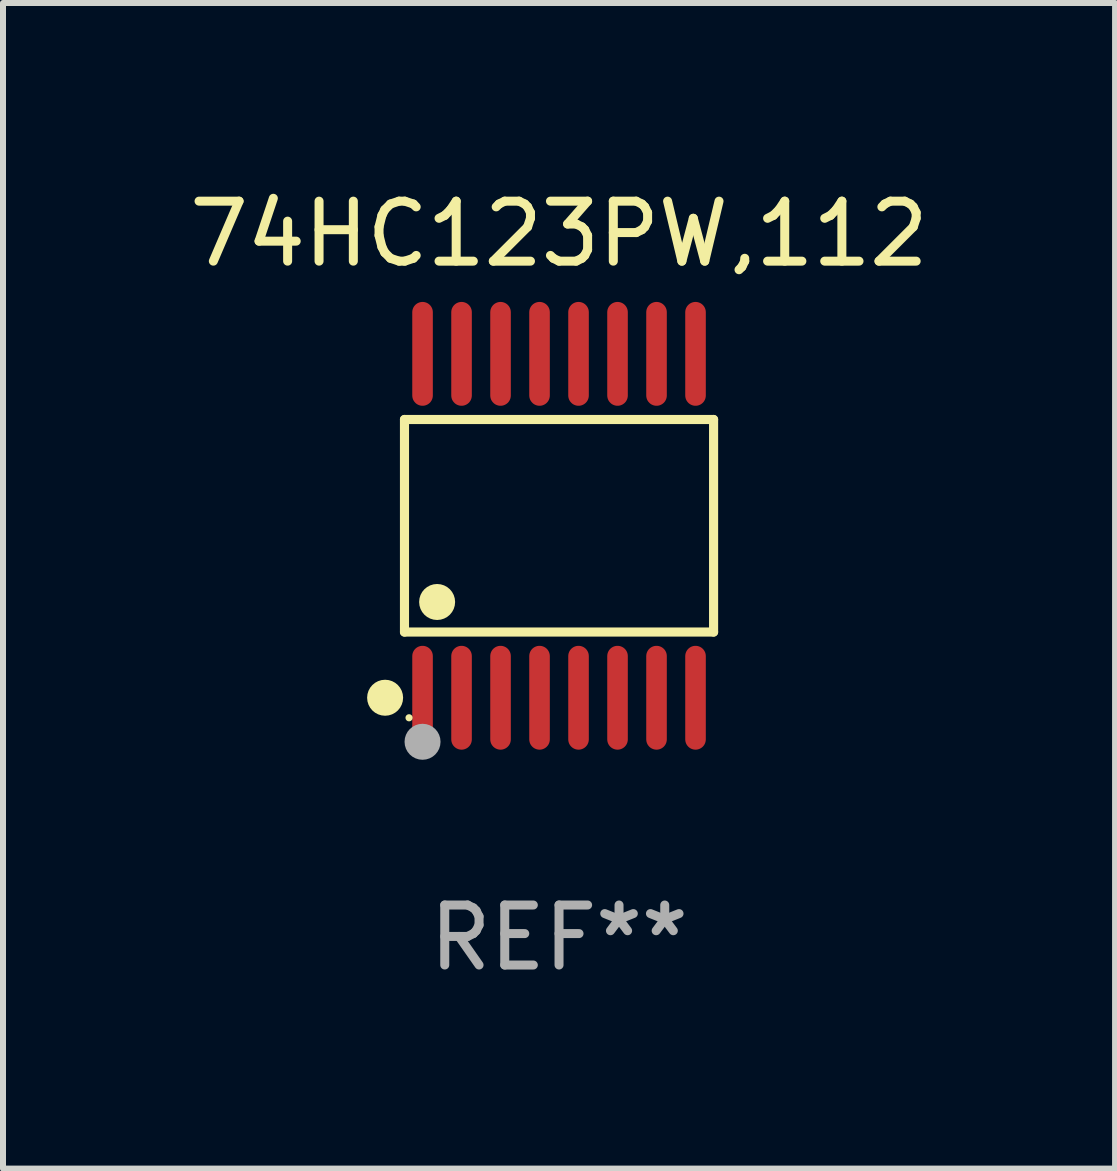
<source format=kicad_pcb>
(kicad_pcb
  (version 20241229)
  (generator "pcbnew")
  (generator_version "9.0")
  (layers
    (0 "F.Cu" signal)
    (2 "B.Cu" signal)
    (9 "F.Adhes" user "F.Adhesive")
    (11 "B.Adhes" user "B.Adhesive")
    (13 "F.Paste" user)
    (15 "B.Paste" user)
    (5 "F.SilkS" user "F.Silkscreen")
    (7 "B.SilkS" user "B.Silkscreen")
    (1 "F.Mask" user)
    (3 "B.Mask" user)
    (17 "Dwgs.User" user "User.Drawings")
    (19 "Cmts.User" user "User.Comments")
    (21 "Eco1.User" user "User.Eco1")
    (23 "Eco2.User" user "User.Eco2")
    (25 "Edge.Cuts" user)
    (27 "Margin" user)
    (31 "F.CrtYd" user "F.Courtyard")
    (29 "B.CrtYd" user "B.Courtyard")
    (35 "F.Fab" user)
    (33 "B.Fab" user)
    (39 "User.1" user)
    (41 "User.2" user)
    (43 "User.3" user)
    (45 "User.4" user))
  (footprint "74HC123PW,112"
    (layer "F.Cu")
    (at 6.268 5.714)
    (property "Reference" "74HC123PW,112" (at 0 -4.866 0) (layer "F.SilkS") (effects (font (size 1 1) (thickness 0.15))))
    (attr through_hole)
    (fp_line (start -2.576 -1.772) (end 2.576 -1.772) (stroke (width 0.152) (type solid)) (layer "F.SilkS"))
    (fp_line (start -2.576 1.771) (end -2.576 -1.772) (stroke (width 0.152) (type solid)) (layer "F.SilkS"))
    (fp_line (start 2.576 -1.772) (end 2.576 1.771) (stroke (width 0.152) (type solid)) (layer "F.SilkS"))
    (fp_line (start 2.576 1.771) (end -2.576 1.771) (stroke (width 0.152) (type solid)) (layer "F.SilkS"))
    (fp_circle (center -2.899 2.866) (end -2.749 2.866) (stroke (width 0.3) (type solid)) (fill no) (layer "F.SilkS"))
    (fp_circle (center -2.5 3.2) (end -2.47 3.2) (stroke (width 0.06) (type solid)) (fill no) (layer "F.SilkS"))
    (fp_circle (center -2.032 1.27) (end -1.882 1.27) (stroke (width 0.3) (type solid)) (fill no) (layer "F.SilkS"))
    (fp_circle (center -2.275 3.6) (end -2.125 3.6) (stroke (width 0.3) (type solid)) (fill no) (layer "F.Fab"))
    (fp_text user "REF**" (at 0 6.866 0) (layer "F.Fab") (effects (font (size 1 1) (thickness 0.15))))
    (pad "1" smd oval (at -2.275 2.866) (size 0.343 1.731) (layers "F.Cu" "F.Mask" "F.Paste"))
    (pad "2" smd oval (at -1.625 2.866) (size 0.343 1.731) (layers "F.Cu" "F.Mask" "F.Paste"))
    (pad "3" smd oval (at -0.975 2.866) (size 0.343 1.731) (layers "F.Cu" "F.Mask" "F.Paste"))
    (pad "4" smd oval (at -0.325 2.866) (size 0.343 1.731) (layers "F.Cu" "F.Mask" "F.Paste"))
    (pad "5" smd oval (at 0.325 2.866) (size 0.343 1.731) (layers "F.Cu" "F.Mask" "F.Paste"))
    (pad "6" smd oval (at 0.975 2.866) (size 0.343 1.731) (layers "F.Cu" "F.Mask" "F.Paste"))
    (pad "7" smd oval (at 1.625 2.866) (size 0.343 1.731) (layers "F.Cu" "F.Mask" "F.Paste"))
    (pad "8" smd oval (at 2.275 2.866) (size 0.343 1.731) (layers "F.Cu" "F.Mask" "F.Paste"))
    (pad "9" smd oval (at 2.275 -2.866) (size 0.343 1.731) (layers "F.Cu" "F.Mask" "F.Paste"))
    (pad "10" smd oval (at 1.625 -2.866) (size 0.343 1.731) (layers "F.Cu" "F.Mask" "F.Paste"))
    (pad "11" smd oval (at 0.975 -2.866) (size 0.343 1.731) (layers "F.Cu" "F.Mask" "F.Paste"))
    (pad "12" smd oval (at 0.325 -2.866) (size 0.343 1.731) (layers "F.Cu" "F.Mask" "F.Paste"))
    (pad "13" smd oval (at -0.325 -2.866) (size 0.343 1.731) (layers "F.Cu" "F.Mask" "F.Paste"))
    (pad "14" smd oval (at -0.975 -2.866) (size 0.343 1.731) (layers "F.Cu" "F.Mask" "F.Paste"))
    (pad "15" smd oval (at -1.625 -2.866) (size 0.343 1.731) (layers "F.Cu" "F.Mask" "F.Paste"))
    (pad "16" smd oval (at -2.275 -2.866) (size 0.343 1.731) (layers "F.Cu" "F.Mask" "F.Paste")))
  (gr_rect
    (start -3 -3)
    (end 15.536 16.428)
    (stroke (width 0.1) (type default))
    (fill no)
    (layer "Edge.Cuts")))
</source>
